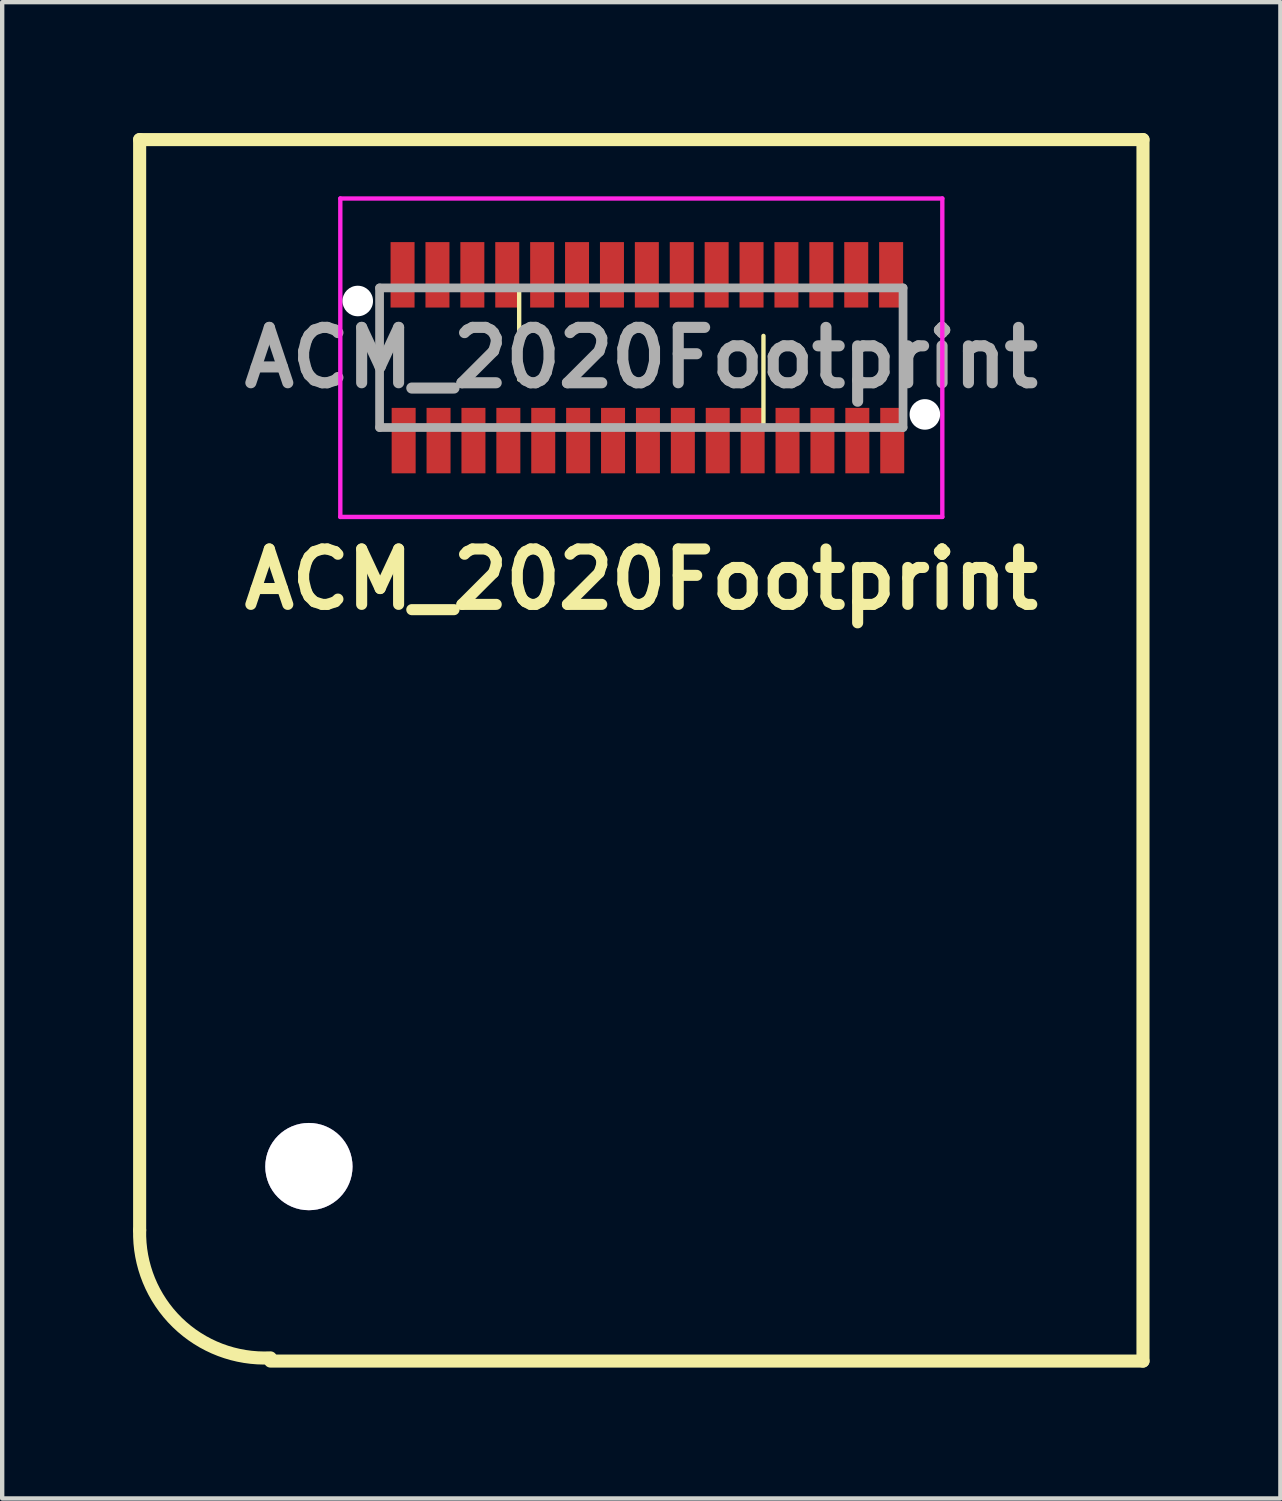
<source format=kicad_pcb>
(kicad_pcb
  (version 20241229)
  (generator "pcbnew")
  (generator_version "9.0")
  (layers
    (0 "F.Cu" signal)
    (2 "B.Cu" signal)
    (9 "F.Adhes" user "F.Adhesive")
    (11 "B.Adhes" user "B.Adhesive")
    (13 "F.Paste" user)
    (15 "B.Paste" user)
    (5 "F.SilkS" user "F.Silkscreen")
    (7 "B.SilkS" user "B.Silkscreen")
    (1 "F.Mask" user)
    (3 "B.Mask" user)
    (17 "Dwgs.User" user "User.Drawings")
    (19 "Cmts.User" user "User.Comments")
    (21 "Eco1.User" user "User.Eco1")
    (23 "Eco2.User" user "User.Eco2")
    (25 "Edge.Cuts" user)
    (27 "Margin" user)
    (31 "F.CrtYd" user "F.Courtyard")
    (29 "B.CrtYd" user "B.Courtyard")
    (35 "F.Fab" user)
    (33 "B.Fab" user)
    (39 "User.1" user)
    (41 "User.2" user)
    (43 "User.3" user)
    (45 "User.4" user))
  (footprint "ACM_2020Footprint"
    (layer "F.Cu")
    (at 11.651 5.15)
    (property "Reference" "ACM_2020Footprint" (at 0 5.08 180) (layer "F.SilkS") (effects (font (size 1.27 1.27) (thickness 0.254))))
    (attr through_hole)
    (fp_line (start -11.5 -5) (end -11.5 20) (stroke (width 0.3) (type solid)) (layer "F.SilkS"))
    (fp_line (start -11.5 -5) (end 11.5 -5) (stroke (width 0.3) (type solid)) (layer "F.SilkS"))
    (fp_line (start -2.8 -1.6) (end -2.8 0.5) (stroke (width 0.1) (type solid)) (layer "F.SilkS"))
    (fp_line (start -2 -1.6) (end -2.8 -1.6) (stroke (width 0.1) (type solid)) (layer "F.SilkS"))
    (fp_line (start 2.8 -0.5) (end 2.8 1.6) (stroke (width 0.1) (type solid)) (layer "F.SilkS"))
    (fp_line (start 2.8 1.6) (end 2 1.6) (stroke (width 0.1) (type solid)) (layer "F.SilkS"))
    (fp_line (start 11.5 -5) (end 11.5 23) (stroke (width 0.3) (type solid)) (layer "F.SilkS"))
    (fp_line (start 11.5 23) (end -8.5 23) (stroke (width 0.3) (type solid)) (layer "F.SilkS"))
    (fp_arc (start -8.502056 22.927626) (mid -10.637511 22.115585) (end -11.499999 20.000001) (stroke (width 0.3) (type solid)) (layer "F.SilkS"))
    (fp_line (start -6.9 -3.65) (end 6.9 -3.65) (stroke (width 0.1) (type solid)) (layer "F.CrtYd"))
    (fp_line (start -6.9 3.65) (end -6.9 -3.65) (stroke (width 0.1) (type solid)) (layer "F.CrtYd"))
    (fp_line (start 6.9 -3.65) (end 6.9 3.65) (stroke (width 0.1) (type solid)) (layer "F.CrtYd"))
    (fp_line (start 6.9 3.65) (end -6.9 3.65) (stroke (width 0.1) (type solid)) (layer "F.CrtYd"))
    (fp_line (start -6 -1.6) (end 6 -1.6) (stroke (width 0.2) (type solid)) (layer "F.Fab"))
    (fp_line (start -6 1.6) (end -6 -1.6) (stroke (width 0.2) (type solid)) (layer "F.Fab"))
    (fp_line (start 6 -1.6) (end 6 1.6) (stroke (width 0.2) (type solid)) (layer "F.Fab"))
    (fp_line (start 6 1.6) (end -6 1.6) (stroke (width 0.2) (type solid)) (layer "F.Fab"))
    (fp_text user "${REFERENCE}" (at 0 0 180) (layer "F.Fab") (effects (font (size 1.27 1.27) (thickness 0.254))))
    (pad "" thru_hole circle (at -7.62 18.542) (size 2 2) (drill 2) (layers "*.Cu" "*.Mask"))
    (pad "" np_thru_hole circle (at -6.5 -1.3) (size 0.7 0.7) (drill 0.7) (layers "*.Cu" "*.Mask"))
    (pad "" np_thru_hole circle (at 6.5 1.3) (size 0.7 0.7) (drill 0.7) (layers "*.Cu" "*.Mask"))
    (pad "1" smd rect (at 5.752 1.9) (size 0.55 1.5) (layers "F.Cu" "F.Mask" "F.Paste"))
    (pad "2" smd rect (at 5.727 -1.9) (size 0.55 1.5) (layers "F.Cu" "F.Mask" "F.Paste"))
    (pad "3" smd rect (at 4.952 1.9) (size 0.55 1.5) (layers "F.Cu" "F.Mask" "F.Paste"))
    (pad "4" smd rect (at 4.927 -1.9) (size 0.55 1.5) (layers "F.Cu" "F.Mask" "F.Paste"))
    (pad "5" smd rect (at 4.152 1.9) (size 0.55 1.5) (layers "F.Cu" "F.Mask" "F.Paste"))
    (pad "6" smd rect (at 4.127 -1.9) (size 0.55 1.5) (layers "F.Cu" "F.Mask" "F.Paste"))
    (pad "7" smd rect (at 3.352 1.9) (size 0.55 1.5) (layers "F.Cu" "F.Mask" "F.Paste"))
    (pad "8" smd rect (at 3.327 -1.9) (size 0.55 1.5) (layers "F.Cu" "F.Mask" "F.Paste"))
    (pad "9" smd rect (at 2.552 1.9) (size 0.55 1.5) (layers "F.Cu" "F.Mask" "F.Paste"))
    (pad "10" smd rect (at 2.527 -1.9) (size 0.55 1.5) (layers "F.Cu" "F.Mask" "F.Paste"))
    (pad "11" smd rect (at 1.752 1.9) (size 0.55 1.5) (layers "F.Cu" "F.Mask" "F.Paste"))
    (pad "12" smd rect (at 1.727 -1.9) (size 0.55 1.5) (layers "F.Cu" "F.Mask" "F.Paste"))
    (pad "13" smd rect (at 0.952 1.9) (size 0.55 1.5) (layers "F.Cu" "F.Mask" "F.Paste"))
    (pad "14" smd rect (at 0.927 -1.9) (size 0.55 1.5) (layers "F.Cu" "F.Mask" "F.Paste"))
    (pad "15" smd rect (at 0.152 1.9) (size 0.55 1.5) (layers "F.Cu" "F.Mask" "F.Paste"))
    (pad "16" smd rect (at 0.127 -1.9) (size 0.55 1.5) (layers "F.Cu" "F.Mask" "F.Paste"))
    (pad "17" smd rect (at -0.648 1.9) (size 0.55 1.5) (layers "F.Cu" "F.Mask" "F.Paste"))
    (pad "18" smd rect (at -0.673 -1.9) (size 0.55 1.5) (layers "F.Cu" "F.Mask" "F.Paste"))
    (pad "19" smd rect (at -1.448 1.9) (size 0.55 1.5) (layers "F.Cu" "F.Mask" "F.Paste"))
    (pad "20" smd rect (at -1.473 -1.9) (size 0.55 1.5) (layers "F.Cu" "F.Mask" "F.Paste"))
    (pad "21" smd rect (at -2.248 1.9) (size 0.55 1.5) (layers "F.Cu" "F.Mask" "F.Paste"))
    (pad "22" smd rect (at -2.273 -1.9) (size 0.55 1.5) (layers "F.Cu" "F.Mask" "F.Paste"))
    (pad "23" smd rect (at -3.048 1.9) (size 0.55 1.5) (layers "F.Cu" "F.Mask" "F.Paste"))
    (pad "24" smd rect (at -3.073 -1.9) (size 0.55 1.5) (layers "F.Cu" "F.Mask" "F.Paste"))
    (pad "25" smd rect (at -3.848 1.9) (size 0.55 1.5) (layers "F.Cu" "F.Mask" "F.Paste"))
    (pad "26" smd rect (at -3.873 -1.9) (size 0.55 1.5) (layers "F.Cu" "F.Mask" "F.Paste"))
    (pad "27" smd rect (at -4.648 1.9) (size 0.55 1.5) (layers "F.Cu" "F.Mask" "F.Paste"))
    (pad "28" smd rect (at -4.673 -1.9) (size 0.55 1.5) (layers "F.Cu" "F.Mask" "F.Paste"))
    (pad "29" smd rect (at -5.448 1.9) (size 0.55 1.5) (layers "F.Cu" "F.Mask" "F.Paste"))
    (pad "30" smd rect (at -5.473 -1.9) (size 0.55 1.5) (layers "F.Cu" "F.Mask" "F.Paste")))
  (gr_rect
    (start -3 -3)
    (end 26.301 31.3)
    (stroke (width 0.1) (type default))
    (fill no)
    (layer "Edge.Cuts")))
</source>
